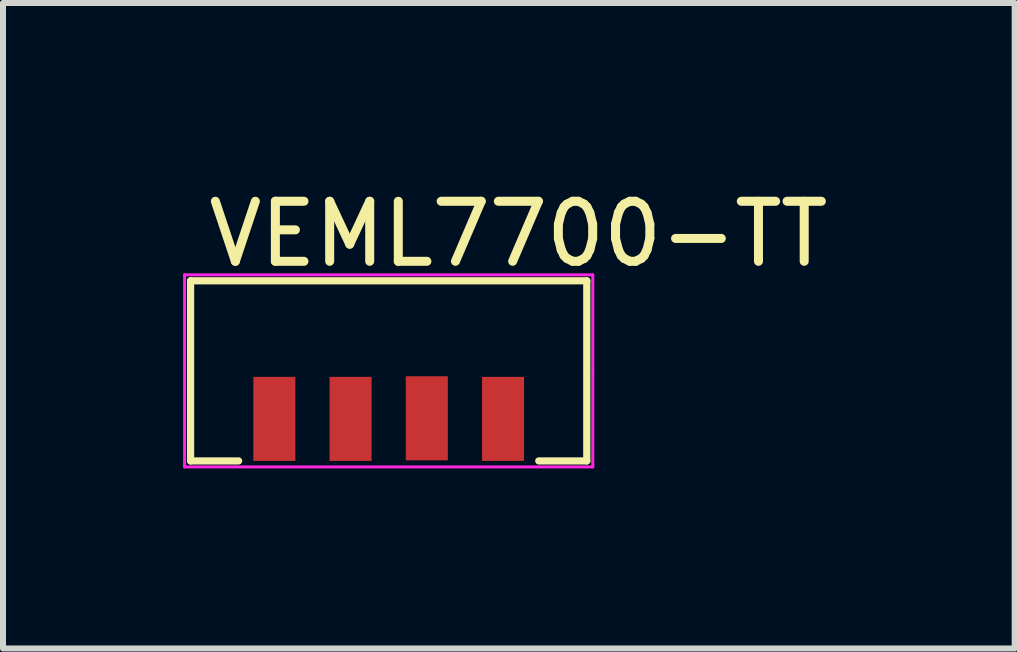
<source format=kicad_pcb>
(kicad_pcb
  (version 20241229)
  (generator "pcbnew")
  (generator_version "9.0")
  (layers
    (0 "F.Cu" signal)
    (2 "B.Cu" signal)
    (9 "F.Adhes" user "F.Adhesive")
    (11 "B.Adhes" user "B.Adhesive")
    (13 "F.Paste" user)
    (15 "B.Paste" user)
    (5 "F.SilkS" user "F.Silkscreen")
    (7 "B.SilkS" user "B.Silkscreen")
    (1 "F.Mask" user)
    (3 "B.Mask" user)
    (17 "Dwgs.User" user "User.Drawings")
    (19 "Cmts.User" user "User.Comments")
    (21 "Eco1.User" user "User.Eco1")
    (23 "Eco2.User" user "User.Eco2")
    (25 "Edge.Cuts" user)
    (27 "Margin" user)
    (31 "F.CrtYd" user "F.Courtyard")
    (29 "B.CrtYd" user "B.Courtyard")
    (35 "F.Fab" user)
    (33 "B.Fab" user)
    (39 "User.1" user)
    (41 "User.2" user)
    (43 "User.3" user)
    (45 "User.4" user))
  (footprint "VEML7700-TT"
    (layer "F.Cu")
    (at 3.425 3.128)
    (property "Reference" "VEML7700-TT" (at 2.16 -2.28 0) (layer "F.SilkS") (effects (font (size 1 1) (thickness 0.15))))
    (attr through_hole)
    (fp_line (start -3.3 1.5) (end -3.3 -1.5) (stroke (width 0.12) (type solid)) (layer "F.SilkS"))
    (fp_line (start -3.3 1.5) (end -2.5 1.5) (stroke (width 0.12) (type solid)) (layer "F.SilkS"))
    (fp_line (start 3.3 -1.5) (end -3.3 -1.5) (stroke (width 0.12) (type solid)) (layer "F.SilkS"))
    (fp_line (start 3.3 1.5) (end 2.5 1.5) (stroke (width 0.12) (type solid)) (layer "F.SilkS"))
    (fp_line (start 3.3 1.5) (end 3.3 -1.5) (stroke (width 0.12) (type solid)) (layer "F.SilkS"))
    (fp_line (start -3.4 -1.6) (end -3.4 1.6) (stroke (width 0.05) (type solid)) (layer "F.CrtYd"))
    (fp_line (start -3.4 1.6) (end 3.4 1.6) (stroke (width 0.05) (type solid)) (layer "F.CrtYd"))
    (fp_line (start 3.4 -1.6) (end -3.4 -1.6) (stroke (width 0.05) (type solid)) (layer "F.CrtYd"))
    (fp_line (start 3.4 0) (end 3.4 -1.6) (stroke (width 0.05) (type solid)) (layer "F.CrtYd"))
    (fp_line (start 3.4 1.6) (end 3.4 0) (stroke (width 0.05) (type solid)) (layer "F.CrtYd"))
    (pad "1" smd rect (at -1.905 0.8) (size 0.7 1.4) (layers "F.Cu" "F.Mask" "F.Paste"))
    (pad "2" smd rect (at -0.635 0.8) (size 0.7 1.4) (layers "F.Cu" "F.Mask" "F.Paste"))
    (pad "3" smd rect (at 0.635 0.79) (size 0.7 1.4) (layers "F.Cu" "F.Mask" "F.Paste"))
    (pad "4" smd rect (at 1.905 0.8) (size 0.7 1.4) (layers "F.Cu" "F.Mask" "F.Paste")))
  (gr_rect
    (start -3 -3)
    (end 13.853 7.753)
    (stroke (width 0.1) (type default))
    (fill no)
    (layer "Edge.Cuts")))
</source>
